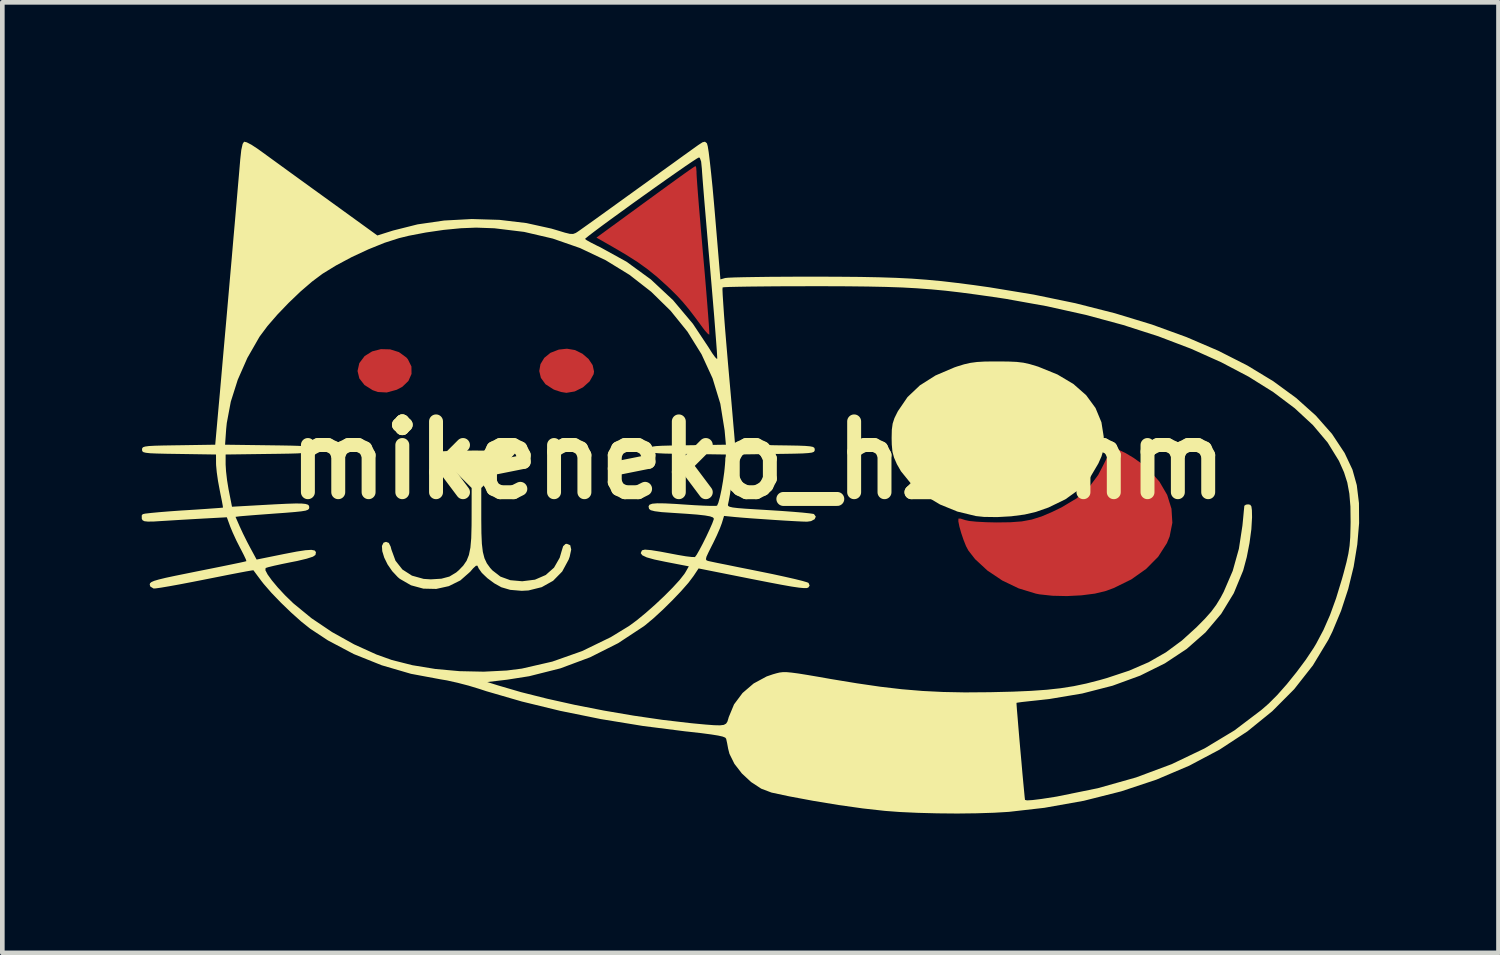
<source format=kicad_pcb>
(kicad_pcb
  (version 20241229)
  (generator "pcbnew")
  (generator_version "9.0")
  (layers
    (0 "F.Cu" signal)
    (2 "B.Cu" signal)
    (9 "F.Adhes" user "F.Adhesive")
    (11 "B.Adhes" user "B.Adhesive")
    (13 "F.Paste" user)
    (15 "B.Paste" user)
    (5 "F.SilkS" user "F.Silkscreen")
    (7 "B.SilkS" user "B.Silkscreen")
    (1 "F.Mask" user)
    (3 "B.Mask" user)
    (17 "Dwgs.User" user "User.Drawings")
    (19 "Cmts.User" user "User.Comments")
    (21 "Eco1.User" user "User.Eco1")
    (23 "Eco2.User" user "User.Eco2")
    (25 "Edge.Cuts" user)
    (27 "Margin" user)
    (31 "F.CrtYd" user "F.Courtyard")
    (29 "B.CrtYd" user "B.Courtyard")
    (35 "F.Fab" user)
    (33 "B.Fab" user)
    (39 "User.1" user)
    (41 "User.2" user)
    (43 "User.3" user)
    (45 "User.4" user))
  (footprint "mikeneko_h20mm"
    (layer "F.Cu")
    (at 13.265 6.854)
    (property "Reference" "mikeneko_h20mm" (at 0 0 0) (layer "F.SilkS") (effects (font (size 1.524 1.524) (thickness 0.3))))
    (attr board_only exclude_from_pos_files exclude_from_bom)
    (fp_poly (pts (xy -7.918 -2.385) (xy -7.729 -2.326) (xy -7.57 -2.211) (xy -7.536 -2.171) (xy -7.46 -2.017) (xy -7.458 -1.856) (xy -7.525 -1.705) (xy -7.656 -1.579) (xy -7.778 -1.515) (xy -7.991 -1.457) (xy -8.182 -1.467) (xy -8.294 -1.506) (xy -8.471 -1.618) (xy -8.581 -1.759) (xy -8.62 -1.919) (xy -8.582 -2.088) (xy -8.581 -2.09) (xy -8.467 -2.241) (xy -8.306 -2.341) (xy -8.117 -2.39)) (stroke (width 0) (type solid)) (fill yes) (layer "F.Cu"))
    (fp_poly (pts (xy -3.94 -2.37) (xy -3.78 -2.291) (xy -3.648 -2.178) (xy -3.56 -2.046) (xy -3.53 -1.909) (xy -3.539 -1.85) (xy -3.625 -1.696) (xy -3.769 -1.567) (xy -3.946 -1.479) (xy -4.125 -1.449) (xy -4.236 -1.467) (xy -4.371 -1.51) (xy -4.407 -1.526) (xy -4.575 -1.635) (xy -4.674 -1.771) (xy -4.709 -1.919) (xy -4.683 -2.067) (xy -4.602 -2.201) (xy -4.469 -2.31) (xy -4.289 -2.38) (xy -4.113 -2.399)) (stroke (width 0) (type solid)) (fill yes) (layer "F.Cu"))
    (fp_poly (pts (xy -1.331 -6.293) (xy -1.324 -6.202) (xy -1.324 -6.171) (xy -1.32 -6.096) (xy -1.31 -5.948) (xy -1.294 -5.737) (xy -1.273 -5.474) (xy -1.247 -5.168) (xy -1.218 -4.828) (xy -1.187 -4.466) (xy -1.178 -4.366) (xy -1.146 -4.006) (xy -1.118 -3.672) (xy -1.094 -3.373) (xy -1.074 -3.119) (xy -1.059 -2.917) (xy -1.051 -2.777) (xy -1.049 -2.707) (xy -1.05 -2.701) (xy -1.082 -2.721) (xy -1.144 -2.79) (xy -1.183 -2.841) (xy -1.355 -3.074) (xy -1.495 -3.256) (xy -1.619 -3.404) (xy -1.741 -3.537) (xy -1.877 -3.672) (xy -1.957 -3.748) (xy -2.17 -3.941) (xy -2.376 -4.108) (xy -2.594 -4.265) (xy -2.848 -4.426) (xy -3.114 -4.582) (xy -3.478 -4.79) (xy -2.845 -5.252) (xy -2.482 -5.517) (xy -2.18 -5.737) (xy -1.935 -5.915) (xy -1.74 -6.056) (xy -1.591 -6.163) (xy -1.482 -6.24) (xy -1.408 -6.291) (xy -1.365 -6.319) (xy -1.345 -6.329) (xy -1.344 -6.329)) (stroke (width 0) (type solid)) (fill yes) (layer "F.Cu"))
    (fp_poly (pts (xy 7.763 -0.222) (xy 7.911 -0.152) (xy 8.082 -0.05) (xy 8.256 0.074) (xy 8.401 0.195) (xy 8.638 0.461) (xy 8.805 0.747) (xy 8.898 1.045) (xy 8.917 1.347) (xy 8.858 1.643) (xy 8.799 1.786) (xy 8.612 2.078) (xy 8.353 2.34) (xy 8.032 2.567) (xy 7.655 2.752) (xy 7.488 2.814) (xy 7.25 2.872) (xy 6.96 2.909) (xy 6.646 2.925) (xy 6.336 2.918) (xy 6.058 2.888) (xy 5.978 2.872) (xy 5.608 2.759) (xy 5.256 2.59) (xy 4.938 2.377) (xy 4.672 2.131) (xy 4.526 1.944) (xy 4.476 1.85) (xy 4.423 1.717) (xy 4.373 1.57) (xy 4.333 1.429) (xy 4.311 1.318) (xy 4.312 1.259) (xy 4.314 1.257) (xy 4.361 1.258) (xy 4.448 1.286) (xy 4.452 1.288) (xy 4.543 1.308) (xy 4.701 1.324) (xy 4.908 1.335) (xy 5.13 1.34) (xy 5.43 1.336) (xy 5.675 1.318) (xy 5.89 1.278) (xy 6.102 1.211) (xy 6.336 1.111) (xy 6.533 1.015) (xy 6.858 0.821) (xy 7.116 0.593) (xy 7.321 0.317) (xy 7.448 0.072) (xy 7.532 -0.099) (xy 7.603 -0.209) (xy 7.655 -0.248) (xy 7.655 -0.248)) (stroke (width 0) (type solid)) (fill yes) (layer "F.Cu"))
    (fp_poly (pts (xy -7.918 -2.385) (xy -7.729 -2.326) (xy -7.57 -2.211) (xy -7.536 -2.171) (xy -7.46 -2.017) (xy -7.458 -1.856) (xy -7.525 -1.705) (xy -7.656 -1.579) (xy -7.778 -1.515) (xy -7.991 -1.457) (xy -8.182 -1.467) (xy -8.294 -1.506) (xy -8.471 -1.618) (xy -8.581 -1.759) (xy -8.62 -1.919) (xy -8.582 -2.088) (xy -8.581 -2.09) (xy -8.467 -2.241) (xy -8.306 -2.341) (xy -8.117 -2.39)) (stroke (width 0) (type solid)) (fill yes) (layer "F.Mask"))
    (fp_poly (pts (xy -3.94 -2.37) (xy -3.78 -2.291) (xy -3.648 -2.178) (xy -3.56 -2.046) (xy -3.53 -1.909) (xy -3.539 -1.85) (xy -3.625 -1.696) (xy -3.769 -1.567) (xy -3.946 -1.479) (xy -4.125 -1.449) (xy -4.236 -1.467) (xy -4.371 -1.51) (xy -4.407 -1.526) (xy -4.575 -1.635) (xy -4.674 -1.771) (xy -4.709 -1.919) (xy -4.683 -2.067) (xy -4.602 -2.201) (xy -4.469 -2.31) (xy -4.289 -2.38) (xy -4.113 -2.399)) (stroke (width 0) (type solid)) (fill yes) (layer "F.Mask"))
    (fp_poly (pts (xy -1.331 -6.293) (xy -1.324 -6.202) (xy -1.324 -6.171) (xy -1.32 -6.096) (xy -1.31 -5.948) (xy -1.294 -5.737) (xy -1.273 -5.474) (xy -1.247 -5.168) (xy -1.218 -4.828) (xy -1.187 -4.466) (xy -1.178 -4.366) (xy -1.146 -4.006) (xy -1.118 -3.672) (xy -1.094 -3.373) (xy -1.074 -3.119) (xy -1.059 -2.917) (xy -1.051 -2.777) (xy -1.049 -2.707) (xy -1.05 -2.701) (xy -1.082 -2.721) (xy -1.144 -2.79) (xy -1.183 -2.841) (xy -1.355 -3.074) (xy -1.495 -3.256) (xy -1.619 -3.404) (xy -1.741 -3.537) (xy -1.877 -3.672) (xy -1.957 -3.748) (xy -2.17 -3.941) (xy -2.376 -4.108) (xy -2.594 -4.265) (xy -2.848 -4.426) (xy -3.114 -4.582) (xy -3.478 -4.79) (xy -2.845 -5.252) (xy -2.482 -5.517) (xy -2.18 -5.737) (xy -1.935 -5.915) (xy -1.74 -6.056) (xy -1.591 -6.163) (xy -1.482 -6.24) (xy -1.408 -6.291) (xy -1.365 -6.319) (xy -1.345 -6.329) (xy -1.344 -6.329)) (stroke (width 0) (type solid)) (fill yes) (layer "F.Mask"))
    (fp_poly (pts (xy 7.763 -0.222) (xy 7.911 -0.152) (xy 8.082 -0.05) (xy 8.256 0.074) (xy 8.401 0.195) (xy 8.638 0.461) (xy 8.805 0.747) (xy 8.898 1.045) (xy 8.917 1.347) (xy 8.858 1.643) (xy 8.799 1.786) (xy 8.612 2.078) (xy 8.353 2.34) (xy 8.032 2.567) (xy 7.655 2.752) (xy 7.488 2.814) (xy 7.25 2.872) (xy 6.96 2.909) (xy 6.646 2.925) (xy 6.336 2.918) (xy 6.058 2.888) (xy 5.978 2.872) (xy 5.608 2.759) (xy 5.256 2.59) (xy 4.938 2.377) (xy 4.672 2.131) (xy 4.526 1.944) (xy 4.476 1.85) (xy 4.423 1.717) (xy 4.373 1.57) (xy 4.333 1.429) (xy 4.311 1.318) (xy 4.312 1.259) (xy 4.314 1.257) (xy 4.361 1.258) (xy 4.448 1.286) (xy 4.452 1.288) (xy 4.543 1.308) (xy 4.701 1.324) (xy 4.908 1.335) (xy 5.13 1.34) (xy 5.43 1.336) (xy 5.675 1.318) (xy 5.89 1.278) (xy 6.102 1.211) (xy 6.336 1.111) (xy 6.533 1.015) (xy 6.858 0.821) (xy 7.116 0.593) (xy 7.321 0.317) (xy 7.448 0.072) (xy 7.532 -0.099) (xy 7.603 -0.209) (xy 7.655 -0.248) (xy 7.655 -0.248)) (stroke (width 0) (type solid)) (fill yes) (layer "F.Mask"))
    (fp_poly (pts (xy 5.387 -2.123) (xy 5.566 -2.115) (xy 5.71 -2.098) (xy 5.846 -2.068) (xy 5.996 -2.023) (xy 6.031 -2.012) (xy 6.444 -1.844) (xy 6.788 -1.639) (xy 7.062 -1.398) (xy 7.263 -1.123) (xy 7.39 -0.817) (xy 7.439 -0.508) (xy 7.444 -0.338) (xy 7.43 -0.209) (xy 7.392 -0.082) (xy 7.324 0.071) (xy 7.146 0.373) (xy 6.911 0.629) (xy 6.615 0.842) (xy 6.25 1.019) (xy 5.978 1.114) (xy 5.737 1.17) (xy 5.448 1.208) (xy 5.145 1.225) (xy 4.861 1.221) (xy 4.69 1.203) (xy 4.29 1.106) (xy 3.917 0.954) (xy 3.582 0.754) (xy 3.298 0.513) (xy 3.076 0.239) (xy 2.988 0.086) (xy 2.927 -0.054) (xy 2.892 -0.184) (xy 2.878 -0.338) (xy 2.875 -0.476) (xy 2.879 -0.655) (xy 2.897 -0.787) (xy 2.935 -0.904) (xy 3.002 -1.04) (xy 3.013 -1.059) (xy 3.217 -1.358) (xy 3.484 -1.611) (xy 3.819 -1.823) (xy 4.224 -1.996) (xy 4.282 -2.016) (xy 4.434 -2.063) (xy 4.57 -2.094) (xy 4.712 -2.113) (xy 4.885 -2.123) (xy 5.114 -2.125) (xy 5.15 -2.125)) (stroke (width 0) (type solid)) (fill yes) (layer "F.SilkS"))
    (fp_poly (pts (xy -5.806 -0.205) (xy -5.582 -0.201) (xy -5.4 -0.195) (xy -5.274 -0.187) (xy -5.215 -0.178) (xy -5.212 -0.175) (xy -5.24 -0.135) (xy -5.316 -0.05) (xy -5.428 0.069) (xy -5.567 0.21) (xy -5.585 0.228) (xy -5.957 0.598) (xy -5.957 1.273) (xy -5.954 1.571) (xy -5.944 1.8) (xy -5.923 1.975) (xy -5.888 2.111) (xy -5.837 2.22) (xy -5.766 2.318) (xy -5.717 2.372) (xy -5.544 2.506) (xy -5.332 2.583) (xy -5.076 2.606) (xy -4.802 2.572) (xy -4.571 2.472) (xy -4.391 2.313) (xy -4.269 2.1) (xy -4.23 1.965) (xy -4.195 1.852) (xy -4.145 1.804) (xy -4.115 1.8) (xy -4.042 1.831) (xy -4.021 1.924) (xy -4.054 2.077) (xy -4.076 2.139) (xy -4.215 2.396) (xy -4.411 2.596) (xy -4.656 2.733) (xy -4.941 2.804) (xy -5.088 2.812) (xy -5.334 2.791) (xy -5.525 2.735) (xy -5.677 2.65) (xy -5.824 2.541) (xy -5.943 2.428) (xy -6.015 2.327) (xy -6.021 2.311) (xy -6.041 2.27) (xy -6.073 2.273) (xy -6.132 2.328) (xy -6.196 2.402) (xy -6.407 2.588) (xy -6.655 2.711) (xy -6.926 2.771) (xy -7.203 2.765) (xy -7.469 2.693) (xy -7.71 2.554) (xy -7.753 2.518) (xy -7.873 2.39) (xy -7.973 2.245) (xy -8.046 2.096) (xy -8.088 1.958) (xy -8.095 1.846) (xy -8.061 1.776) (xy -8.007 1.758) (xy -7.947 1.781) (xy -7.907 1.861) (xy -7.891 1.924) (xy -7.803 2.164) (xy -7.654 2.353) (xy -7.449 2.485) (xy -7.197 2.555) (xy -7.043 2.565) (xy -6.816 2.551) (xy -6.643 2.505) (xy -6.497 2.417) (xy -6.438 2.366) (xy -6.343 2.267) (xy -6.272 2.163) (xy -6.223 2.04) (xy -6.191 1.883) (xy -6.173 1.679) (xy -6.166 1.413) (xy -6.165 1.261) (xy -6.164 0.598) (xy -6.536 0.228) (xy -6.677 0.085) (xy -6.793 -0.037) (xy -6.874 -0.127) (xy -6.908 -0.173) (xy -6.908 -0.175) (xy -6.869 -0.185) (xy -6.759 -0.193) (xy -6.591 -0.2) (xy -6.377 -0.205) (xy -6.129 -0.207) (xy -6.06 -0.207)) (stroke (width 0) (type solid)) (fill yes) (layer "F.SilkS"))
    (fp_poly (pts (xy -11.004 -6.841) (xy -10.902 -6.788) (xy -10.777 -6.706) (xy -10.761 -6.695) (xy -10.668 -6.628) (xy -10.518 -6.519) (xy -10.321 -6.376) (xy -10.087 -6.206) (xy -9.826 -6.017) (xy -9.547 -5.815) (xy -9.354 -5.676) (xy -8.193 -4.836) (xy -7.857 -4.942) (xy -7.328 -5.075) (xy -6.755 -5.158) (xy -6.16 -5.19) (xy -5.563 -5.172) (xy -4.985 -5.103) (xy -4.447 -4.984) (xy -4.316 -4.945) (xy -4.155 -4.896) (xy -4.05 -4.871) (xy -3.981 -4.869) (xy -3.926 -4.889) (xy -3.892 -4.91) (xy -3.835 -4.949) (xy -3.72 -5.031) (xy -3.554 -5.149) (xy -3.347 -5.298) (xy -3.107 -5.471) (xy -2.842 -5.662) (xy -2.609 -5.83) (xy -2.327 -6.033) (xy -2.062 -6.225) (xy -1.821 -6.398) (xy -1.614 -6.548) (xy -1.449 -6.666) (xy -1.335 -6.748) (xy -1.287 -6.782) (xy -1.195 -6.842) (xy -1.142 -6.854) (xy -1.104 -6.823) (xy -1.099 -6.815) (xy -1.083 -6.758) (xy -1.062 -6.627) (xy -1.038 -6.429) (xy -1.01 -6.175) (xy -0.979 -5.871) (xy -0.948 -5.527) (xy -0.93 -5.32) (xy -0.81 -3.891) (xy -0.705 -3.921) (xy -0.642 -3.927) (xy -0.506 -3.933) (xy -0.305 -3.938) (xy -0.049 -3.942) (xy 0.254 -3.946) (xy 0.595 -3.948) (xy 0.963 -3.95) (xy 1.2 -3.95) (xy 1.734 -3.948) (xy 2.199 -3.944) (xy 2.608 -3.936) (xy 2.975 -3.924) (xy 3.313 -3.907) (xy 3.635 -3.883) (xy 3.956 -3.853) (xy 4.289 -3.814) (xy 4.646 -3.768) (xy 4.985 -3.72) (xy 5.931 -3.564) (xy 6.83 -3.378) (xy 7.68 -3.162) (xy 8.478 -2.919) (xy 9.221 -2.649) (xy 9.906 -2.355) (xy 10.53 -2.038) (xy 11.089 -1.699) (xy 11.581 -1.339) (xy 12.003 -0.961) (xy 12.352 -0.566) (xy 12.624 -0.155) (xy 12.793 0.204) (xy 12.886 0.537) (xy 12.933 0.925) (xy 12.936 1.355) (xy 12.897 1.814) (xy 12.819 2.291) (xy 12.702 2.771) (xy 12.548 3.242) (xy 12.36 3.692) (xy 12.274 3.866) (xy 11.942 4.416) (xy 11.539 4.929) (xy 11.067 5.403) (xy 10.532 5.837) (xy 9.935 6.228) (xy 9.281 6.575) (xy 8.573 6.876) (xy 7.815 7.128) (xy 7.01 7.331) (xy 6.162 7.482) (xy 5.399 7.569) (xy 5.08 7.588) (xy 4.701 7.6) (xy 4.286 7.605) (xy 3.857 7.601) (xy 3.437 7.59) (xy 3.049 7.572) (xy 2.73 7.548) (xy 2.253 7.495) (xy 1.729 7.421) (xy 1.189 7.332) (xy 0.665 7.234) (xy 0.29 7.154) (xy 0.068 7.07) (xy -0.15 6.927) (xy -0.348 6.743) (xy -0.509 6.535) (xy -0.615 6.321) (xy -0.643 6.213) (xy -0.665 6.094) (xy -0.685 6.003) (xy -0.687 5.995) (xy -0.707 5.971) (xy -0.761 5.949) (xy -0.859 5.927) (xy -1.008 5.903) (xy -1.22 5.875) (xy -1.503 5.843) (xy -1.562 5.837) (xy -2.481 5.72) (xy -3.385 5.572) (xy -4.258 5.395) (xy -5.084 5.194) (xy -5.849 4.972) (xy -5.998 4.923) (xy -6.228 4.853) (xy -6.471 4.79) (xy -6.539 4.775) (xy -5.828 4.775) (xy -5.592 4.849) (xy -5.099 4.993) (xy -4.542 5.133) (xy -3.941 5.267) (xy -3.313 5.39) (xy -2.679 5.498) (xy -2.056 5.589) (xy -1.465 5.658) (xy -1.386 5.666) (xy -1.131 5.69) (xy -0.946 5.704) (xy -0.819 5.707) (xy -0.737 5.697) (xy -0.688 5.67) (xy -0.659 5.625) (xy -0.639 5.56) (xy -0.631 5.531) (xy -0.517 5.256) (xy -0.334 5.011) (xy -0.095 4.806) (xy 0.186 4.654) (xy 0.321 4.608) (xy 0.398 4.586) (xy 0.465 4.57) (xy 0.533 4.562) (xy 0.615 4.562) (xy 0.722 4.572) (xy 0.866 4.591) (xy 1.059 4.622) (xy 1.312 4.665) (xy 1.572 4.711) (xy 2.132 4.803) (xy 2.633 4.876) (xy 3.095 4.93) (xy 3.539 4.967) (xy 3.984 4.989) (xy 4.452 4.998) (xy 4.962 4.994) (xy 5.026 4.993) (xy 5.484 4.982) (xy 5.875 4.965) (xy 6.213 4.941) (xy 6.514 4.908) (xy 6.793 4.864) (xy 7.065 4.807) (xy 7.345 4.735) (xy 7.507 4.689) (xy 7.989 4.529) (xy 8.407 4.348) (xy 8.779 4.135) (xy 9.125 3.879) (xy 9.433 3.599) (xy 9.617 3.413) (xy 9.754 3.259) (xy 9.861 3.114) (xy 9.956 2.958) (xy 10.022 2.833) (xy 10.216 2.382) (xy 10.349 1.906) (xy 10.425 1.407) (xy 10.442 1.234) (xy 10.455 1.092) (xy 10.464 1.003) (xy 10.465 0.982) (xy 10.501 0.957) (xy 10.549 0.951) (xy 10.593 0.96) (xy 10.618 0.996) (xy 10.629 1.078) (xy 10.632 1.225) (xy 10.632 1.231) (xy 10.617 1.487) (xy 10.577 1.784) (xy 10.518 2.087) (xy 10.445 2.359) (xy 10.439 2.379) (xy 10.239 2.863) (xy 9.969 3.306) (xy 9.631 3.706) (xy 9.226 4.062) (xy 8.756 4.373) (xy 8.224 4.637) (xy 7.63 4.854) (xy 6.976 5.022) (xy 6.266 5.141) (xy 6.002 5.17) (xy 5.823 5.189) (xy 5.679 5.205) (xy 5.587 5.218) (xy 5.562 5.223) (xy 5.564 5.264) (xy 5.572 5.374) (xy 5.586 5.54) (xy 5.603 5.748) (xy 5.623 5.984) (xy 5.645 6.235) (xy 5.668 6.488) (xy 5.689 6.73) (xy 5.709 6.946) (xy 5.726 7.123) (xy 5.738 7.249) (xy 5.745 7.309) (xy 5.746 7.312) (xy 5.79 7.322) (xy 5.908 7.315) (xy 6.101 7.291) (xy 6.373 7.249) (xy 6.433 7.239) (xy 7.313 7.06) (xy 8.136 6.828) (xy 8.903 6.542) (xy 9.609 6.204) (xy 10.253 5.816) (xy 10.833 5.376) (xy 10.99 5.239) (xy 11.174 5.055) (xy 11.38 4.822) (xy 11.591 4.56) (xy 11.79 4.293) (xy 11.957 4.042) (xy 12.012 3.95) (xy 12.169 3.654) (xy 12.309 3.335) (xy 12.44 2.974) (xy 12.568 2.554) (xy 12.603 2.429) (xy 12.664 2.197) (xy 12.705 2.011) (xy 12.731 1.842) (xy 12.745 1.661) (xy 12.751 1.437) (xy 12.753 1.333) (xy 12.749 0.997) (xy 12.726 0.721) (xy 12.682 0.482) (xy 12.611 0.26) (xy 12.509 0.031) (xy 12.498 0.009) (xy 12.259 -0.379) (xy 11.942 -0.755) (xy 11.55 -1.118) (xy 11.089 -1.465) (xy 10.56 -1.796) (xy 9.969 -2.107) (xy 9.319 -2.398) (xy 8.615 -2.666) (xy 7.859 -2.909) (xy 7.057 -3.126) (xy 6.212 -3.314) (xy 5.327 -3.473) (xy 5.068 -3.512) (xy 4.693 -3.565) (xy 4.354 -3.61) (xy 4.038 -3.647) (xy 3.732 -3.676) (xy 3.424 -3.699) (xy 3.101 -3.717) (xy 2.75 -3.729) (xy 2.36 -3.737) (xy 1.917 -3.742) (xy 1.409 -3.744) (xy 1.172 -3.744) (xy 0.782 -3.743) (xy 0.418 -3.742) (xy 0.088 -3.739) (xy -0.2 -3.736) (xy -0.437 -3.732) (xy -0.616 -3.728) (xy -0.727 -3.723) (xy -0.763 -3.718) (xy -0.766 -3.673) (xy -0.761 -3.554) (xy -0.749 -3.37) (xy -0.733 -3.131) (xy -0.711 -2.845) (xy -0.684 -2.52) (xy -0.654 -2.167) (xy -0.643 -2.039) (xy -0.611 -1.678) (xy -0.581 -1.342) (xy -0.555 -1.042) (xy -0.533 -0.785) (xy -0.515 -0.581) (xy -0.503 -0.438) (xy -0.497 -0.366) (xy -0.496 -0.359) (xy -0.457 -0.351) (xy -0.347 -0.342) (xy -0.179 -0.334) (xy 0.036 -0.328) (xy 0.284 -0.323) (xy 0.362 -0.321) (xy 0.649 -0.317) (xy 0.864 -0.313) (xy 1.017 -0.307) (xy 1.118 -0.298) (xy 1.179 -0.286) (xy 1.209 -0.268) (xy 1.219 -0.245) (xy 1.22 -0.228) (xy 1.217 -0.2) (xy 1.2 -0.179) (xy 1.158 -0.163) (xy 1.082 -0.153) (xy 0.96 -0.145) (xy 0.783 -0.14) (xy 0.539 -0.136) (xy 0.371 -0.134) (xy -0.479 -0.122) (xy -0.548 0.363) (xy -0.578 0.562) (xy -0.605 0.738) (xy -0.629 0.87) (xy -0.643 0.935) (xy -0.649 0.964) (xy -0.641 0.986) (xy -0.61 1.003) (xy -0.545 1.018) (xy -0.437 1.031) (xy -0.276 1.044) (xy -0.052 1.058) (xy 0.243 1.076) (xy 0.511 1.093) (xy 0.752 1.111) (xy 0.955 1.128) (xy 1.105 1.144) (xy 1.19 1.156) (xy 1.204 1.161) (xy 1.243 1.215) (xy 1.217 1.271) (xy 1.14 1.312) (xy 1.054 1.324) (xy 0.955 1.321) (xy 0.792 1.313) (xy 0.583 1.301) (xy 0.347 1.286) (xy 0.102 1.269) (xy -0.133 1.253) (xy -0.34 1.237) (xy -0.501 1.223) (xy -0.521 1.221) (xy -0.732 1.2) (xy -0.779 1.355) (xy -0.82 1.465) (xy -0.887 1.619) (xy -0.968 1.788) (xy -0.99 1.83) (xy -1.067 1.984) (xy -1.111 2.08) (xy -1.122 2.133) (xy -1.106 2.158) (xy -1.064 2.172) (xy -1.063 2.172) (xy -0.998 2.186) (xy -0.865 2.214) (xy -0.674 2.252) (xy -0.44 2.3) (xy -0.173 2.353) (xy 0.034 2.395) (xy 0.314 2.452) (xy 0.567 2.507) (xy 0.783 2.556) (xy 0.949 2.597) (xy 1.055 2.628) (xy 1.087 2.642) (xy 1.11 2.699) (xy 1.083 2.74) (xy 1.051 2.752) (xy 0.986 2.753) (xy 0.878 2.743) (xy 0.721 2.72) (xy 0.507 2.682) (xy 0.228 2.629) (xy -0.124 2.56) (xy -1.28 2.33) (xy -1.389 2.494) (xy -1.499 2.64) (xy -1.658 2.821) (xy -1.847 3.019) (xy -2.05 3.219) (xy -2.249 3.402) (xy -2.429 3.552) (xy -2.459 3.575) (xy -3.012 3.939) (xy -3.614 4.242) (xy -4.256 4.481) (xy -4.927 4.65) (xy -5.398 4.724) (xy -5.828 4.775) (xy -6.539 4.775) (xy -6.695 4.74) (xy -6.826 4.718) (xy -7.47 4.598) (xy -8.1 4.414) (xy -8.701 4.173) (xy -9.257 3.879) (xy -9.639 3.627) (xy -9.831 3.474) (xy -10.048 3.28) (xy -10.269 3.067) (xy -10.474 2.854) (xy -10.64 2.663) (xy -10.684 2.607) (xy -10.77 2.492) (xy -10.833 2.407) (xy -10.861 2.369) (xy -10.861 2.369) (xy -10.901 2.374) (xy -11.011 2.393) (xy -11.181 2.425) (xy -11.399 2.467) (xy -11.655 2.518) (xy -11.897 2.566) (xy -12.182 2.622) (xy -12.443 2.672) (xy -12.669 2.713) (xy -12.847 2.743) (xy -12.966 2.76) (xy -13.01 2.762) (xy -13.08 2.72) (xy -13.093 2.673) (xy -13.085 2.648) (xy -13.056 2.623) (xy -12.996 2.597) (xy -12.897 2.568) (xy -12.749 2.532) (xy -12.543 2.488) (xy -12.271 2.433) (xy -12.059 2.39) (xy -11.778 2.334) (xy -11.525 2.283) (xy -11.311 2.239) (xy -11.147 2.205) (xy -11.044 2.182) (xy -11.012 2.173) (xy -11.024 2.134) (xy -11.068 2.041) (xy -11.133 1.914) (xy -11.142 1.898) (xy -11.228 1.729) (xy -11.308 1.555) (xy -11.359 1.432) (xy -11.433 1.229) (xy -11.912 1.255) (xy -12.161 1.269) (xy -12.436 1.285) (xy -12.695 1.301) (xy -12.813 1.308) (xy -13.005 1.32) (xy -13.131 1.322) (xy -13.206 1.314) (xy -13.245 1.294) (xy -13.263 1.264) (xy -13.265 1.19) (xy -13.243 1.162) (xy -13.189 1.15) (xy -13.065 1.136) (xy -12.886 1.119) (xy -12.663 1.101) (xy -12.411 1.083) (xy -12.359 1.08) (xy -12.105 1.064) (xy -11.882 1.049) (xy -11.702 1.036) (xy -11.577 1.027) (xy -11.519 1.021) (xy -11.516 1.021) (xy -11.521 0.98) (xy -11.54 0.876) (xy -11.57 0.729) (xy -11.587 0.641) (xy -11.623 0.448) (xy -11.65 0.259) (xy -11.664 0.108) (xy -11.665 0.073) (xy -11.666 -0.122) (xy -12.462 -0.134) (xy -12.737 -0.138) (xy -12.94 -0.143) (xy -13.083 -0.149) (xy -13.175 -0.159) (xy -13.227 -0.172) (xy -13.252 -0.192) (xy -13.258 -0.218) (xy -13.258 -0.228) (xy -13.255 -0.256) (xy -13.237 -0.278) (xy -13.193 -0.293) (xy -13.113 -0.304) (xy -12.986 -0.311) (xy -12.801 -0.316) (xy -12.547 -0.32) (xy -12.471 -0.321) (xy -11.688 -0.333) (xy -11.471 -0.333) (xy -10.565 -0.321) (xy -10.269 -0.317) (xy -10.046 -0.313) (xy -9.885 -0.308) (xy -9.777 -0.3) (xy -9.71 -0.288) (xy -9.675 -0.272) (xy -9.661 -0.25) (xy -9.659 -0.228) (xy -9.663 -0.2) (xy -9.679 -0.18) (xy -9.719 -0.165) (xy -9.793 -0.154) (xy -9.911 -0.146) (xy -10.083 -0.141) (xy -10.32 -0.137) (xy -10.559 -0.134) (xy -11.459 -0.122) (xy -11.459 0.094) (xy -11.45 0.241) (xy -11.428 0.431) (xy -11.396 0.627) (xy -11.39 0.656) (xy -11.322 1.002) (xy -10.718 0.968) (xy -10.394 0.95) (xy -10.144 0.938) (xy -9.957 0.932) (xy -9.825 0.933) (xy -9.739 0.942) (xy -9.688 0.958) (xy -9.665 0.981) (xy -9.659 1.014) (xy -9.664 1.044) (xy -9.687 1.067) (xy -9.738 1.086) (xy -9.829 1.101) (xy -9.973 1.116) (xy -10.179 1.133) (xy -10.363 1.146) (xy -10.602 1.164) (xy -10.817 1.18) (xy -10.992 1.194) (xy -11.112 1.204) (xy -11.156 1.208) (xy -11.246 1.22) (xy -11.156 1.427) (xy -11.086 1.578) (xy -10.997 1.757) (xy -10.929 1.886) (xy -10.792 2.139) (xy -10.19 2.017) (xy -9.93 1.967) (xy -9.741 1.938) (xy -9.614 1.93) (xy -9.542 1.944) (xy -9.515 1.979) (xy -9.525 2.036) (xy -9.526 2.04) (xy -9.58 2.077) (xy -9.713 2.12) (xy -9.922 2.17) (xy -10.05 2.195) (xy -10.246 2.235) (xy -10.415 2.272) (xy -10.538 2.302) (xy -10.598 2.321) (xy -10.598 2.322) (xy -10.603 2.369) (xy -10.555 2.461) (xy -10.463 2.588) (xy -10.336 2.74) (xy -10.183 2.905) (xy -10.011 3.072) (xy -9.992 3.089) (xy -9.609 3.403) (xy -9.168 3.7) (xy -8.694 3.964) (xy -8.214 4.182) (xy -7.881 4.301) (xy -7.438 4.413) (xy -6.944 4.494) (xy -6.424 4.541) (xy -5.904 4.552) (xy -5.408 4.527) (xy -5.085 4.486) (xy -4.428 4.335) (xy -3.785 4.108) (xy -3.17 3.809) (xy -2.777 3.569) (xy -2.611 3.447) (xy -2.42 3.29) (xy -2.218 3.112) (xy -2.019 2.925) (xy -1.838 2.743) (xy -1.689 2.58) (xy -1.586 2.449) (xy -1.562 2.411) (xy -1.49 2.285) (xy -1.991 2.188) (xy -2.231 2.138) (xy -2.396 2.092) (xy -2.491 2.047) (xy -2.525 2.001) (xy -2.503 1.949) (xy -2.492 1.938) (xy -2.434 1.925) (xy -2.303 1.936) (xy -2.098 1.969) (xy -1.924 2.002) (xy -1.723 2.04) (xy -1.552 2.069) (xy -1.425 2.084) (xy -1.36 2.085) (xy -1.357 2.084) (xy -1.322 2.037) (xy -1.263 1.934) (xy -1.19 1.796) (xy -1.113 1.641) (xy -1.042 1.489) (xy -0.986 1.362) (xy -0.955 1.277) (xy -0.951 1.259) (xy -0.97 1.233) (xy -1.031 1.21) (xy -1.142 1.19) (xy -1.312 1.171) (xy -1.549 1.153) (xy -1.855 1.133) (xy -2.075 1.118) (xy -2.223 1.099) (xy -2.31 1.077) (xy -2.346 1.048) (xy -2.346 1.047) (xy -2.357 0.995) (xy -2.337 0.959) (xy -2.278 0.937) (xy -2.17 0.928) (xy -2.004 0.93) (xy -1.771 0.942) (xy -1.596 0.954) (xy -1.366 0.969) (xy -1.165 0.979) (xy -1.009 0.984) (xy -0.91 0.983) (xy -0.882 0.979) (xy -0.855 0.918) (xy -0.821 0.795) (xy -0.786 0.631) (xy -0.754 0.446) (xy -0.728 0.261) (xy -0.719 0.177) (xy -0.692 -0.122) (xy -1.515 -0.134) (xy -1.795 -0.138) (xy -2.003 -0.142) (xy -2.15 -0.149) (xy -2.246 -0.158) (xy -2.302 -0.171) (xy -2.329 -0.19) (xy -2.337 -0.215) (xy -2.337 -0.228) (xy -2.334 -0.256) (xy -2.316 -0.277) (xy -2.274 -0.292) (xy -2.196 -0.303) (xy -2.072 -0.31) (xy -1.891 -0.315) (xy -1.643 -0.32) (xy -1.515 -0.321) (xy -0.692 -0.333) (xy -0.72 -0.644) (xy -0.812 -1.215) (xy -0.979 -1.762) (xy -1.217 -2.28) (xy -1.519 -2.766) (xy -1.882 -3.215) (xy -2.299 -3.624) (xy -2.766 -3.988) (xy -3.279 -4.303) (xy -3.831 -4.565) (xy -4.394 -4.761) (xy -3.723 -4.761) (xy -3.688 -4.734) (xy -3.595 -4.682) (xy -3.461 -4.614) (xy -3.398 -4.584) (xy -2.832 -4.272) (xy -2.307 -3.89) (xy -1.829 -3.443) (xy -1.402 -2.935) (xy -1.069 -2.434) (xy -0.988 -2.305) (xy -0.923 -2.215) (xy -0.885 -2.179) (xy -0.879 -2.181) (xy -0.88 -2.23) (xy -0.887 -2.353) (xy -0.901 -2.541) (xy -0.92 -2.787) (xy -0.943 -3.082) (xy -0.971 -3.417) (xy -1.002 -3.784) (xy -1.031 -4.122) (xy -1.066 -4.519) (xy -1.098 -4.899) (xy -1.128 -5.252) (xy -1.155 -5.569) (xy -1.177 -5.839) (xy -1.194 -6.054) (xy -1.205 -6.203) (xy -1.209 -6.267) (xy -1.225 -6.427) (xy -1.253 -6.506) (xy -1.273 -6.515) (xy -1.316 -6.492) (xy -1.416 -6.427) (xy -1.564 -6.327) (xy -1.751 -6.197) (xy -1.967 -6.046) (xy -2.203 -5.879) (xy -2.45 -5.703) (xy -2.699 -5.525) (xy -2.94 -5.35) (xy -3.165 -5.187) (xy -3.364 -5.041) (xy -3.527 -4.919) (xy -3.647 -4.827) (xy -3.713 -4.773) (xy -3.723 -4.761) (xy -4.394 -4.761) (xy -4.417 -4.769) (xy -5.034 -4.913) (xy -5.675 -4.991) (xy -6.069 -5.005) (xy -6.394 -4.992) (xy -6.766 -4.956) (xy -7.15 -4.9) (xy -7.516 -4.83) (xy -7.729 -4.778) (xy -8.037 -4.679) (xy -8.383 -4.539) (xy -8.741 -4.373) (xy -9.082 -4.191) (xy -9.372 -4.013) (xy -9.597 -3.845) (xy -9.847 -3.63) (xy -10.102 -3.386) (xy -10.346 -3.132) (xy -10.559 -2.886) (xy -10.723 -2.666) (xy -10.734 -2.649) (xy -10.991 -2.201) (xy -11.198 -1.731) (xy -11.348 -1.258) (xy -11.434 -0.8) (xy -11.447 -0.673) (xy -11.471 -0.333) (xy -11.688 -0.333) (xy -11.683 -0.333) (xy -11.612 -1.128) (xy -11.584 -1.434) (xy -11.553 -1.786) (xy -11.519 -2.176) (xy -11.482 -2.593) (xy -11.443 -3.03) (xy -11.404 -3.477) (xy -11.365 -3.924) (xy -11.326 -4.364) (xy -11.29 -4.786) (xy -11.255 -5.182) (xy -11.224 -5.543) (xy -11.197 -5.86) (xy -11.174 -6.122) (xy -11.157 -6.323) (xy -11.146 -6.452) (xy -11.145 -6.467) (xy -11.122 -6.676) (xy -11.093 -6.806) (xy -11.062 -6.854)) (stroke (width 0) (type solid)) (fill yes) (layer "F.SilkS")))
  (gr_rect
    (start -3 -3)
    (end 29.201 17.458)
    (stroke (width 0.1) (type default))
    (fill no)
    (layer "Edge.Cuts")))
</source>
